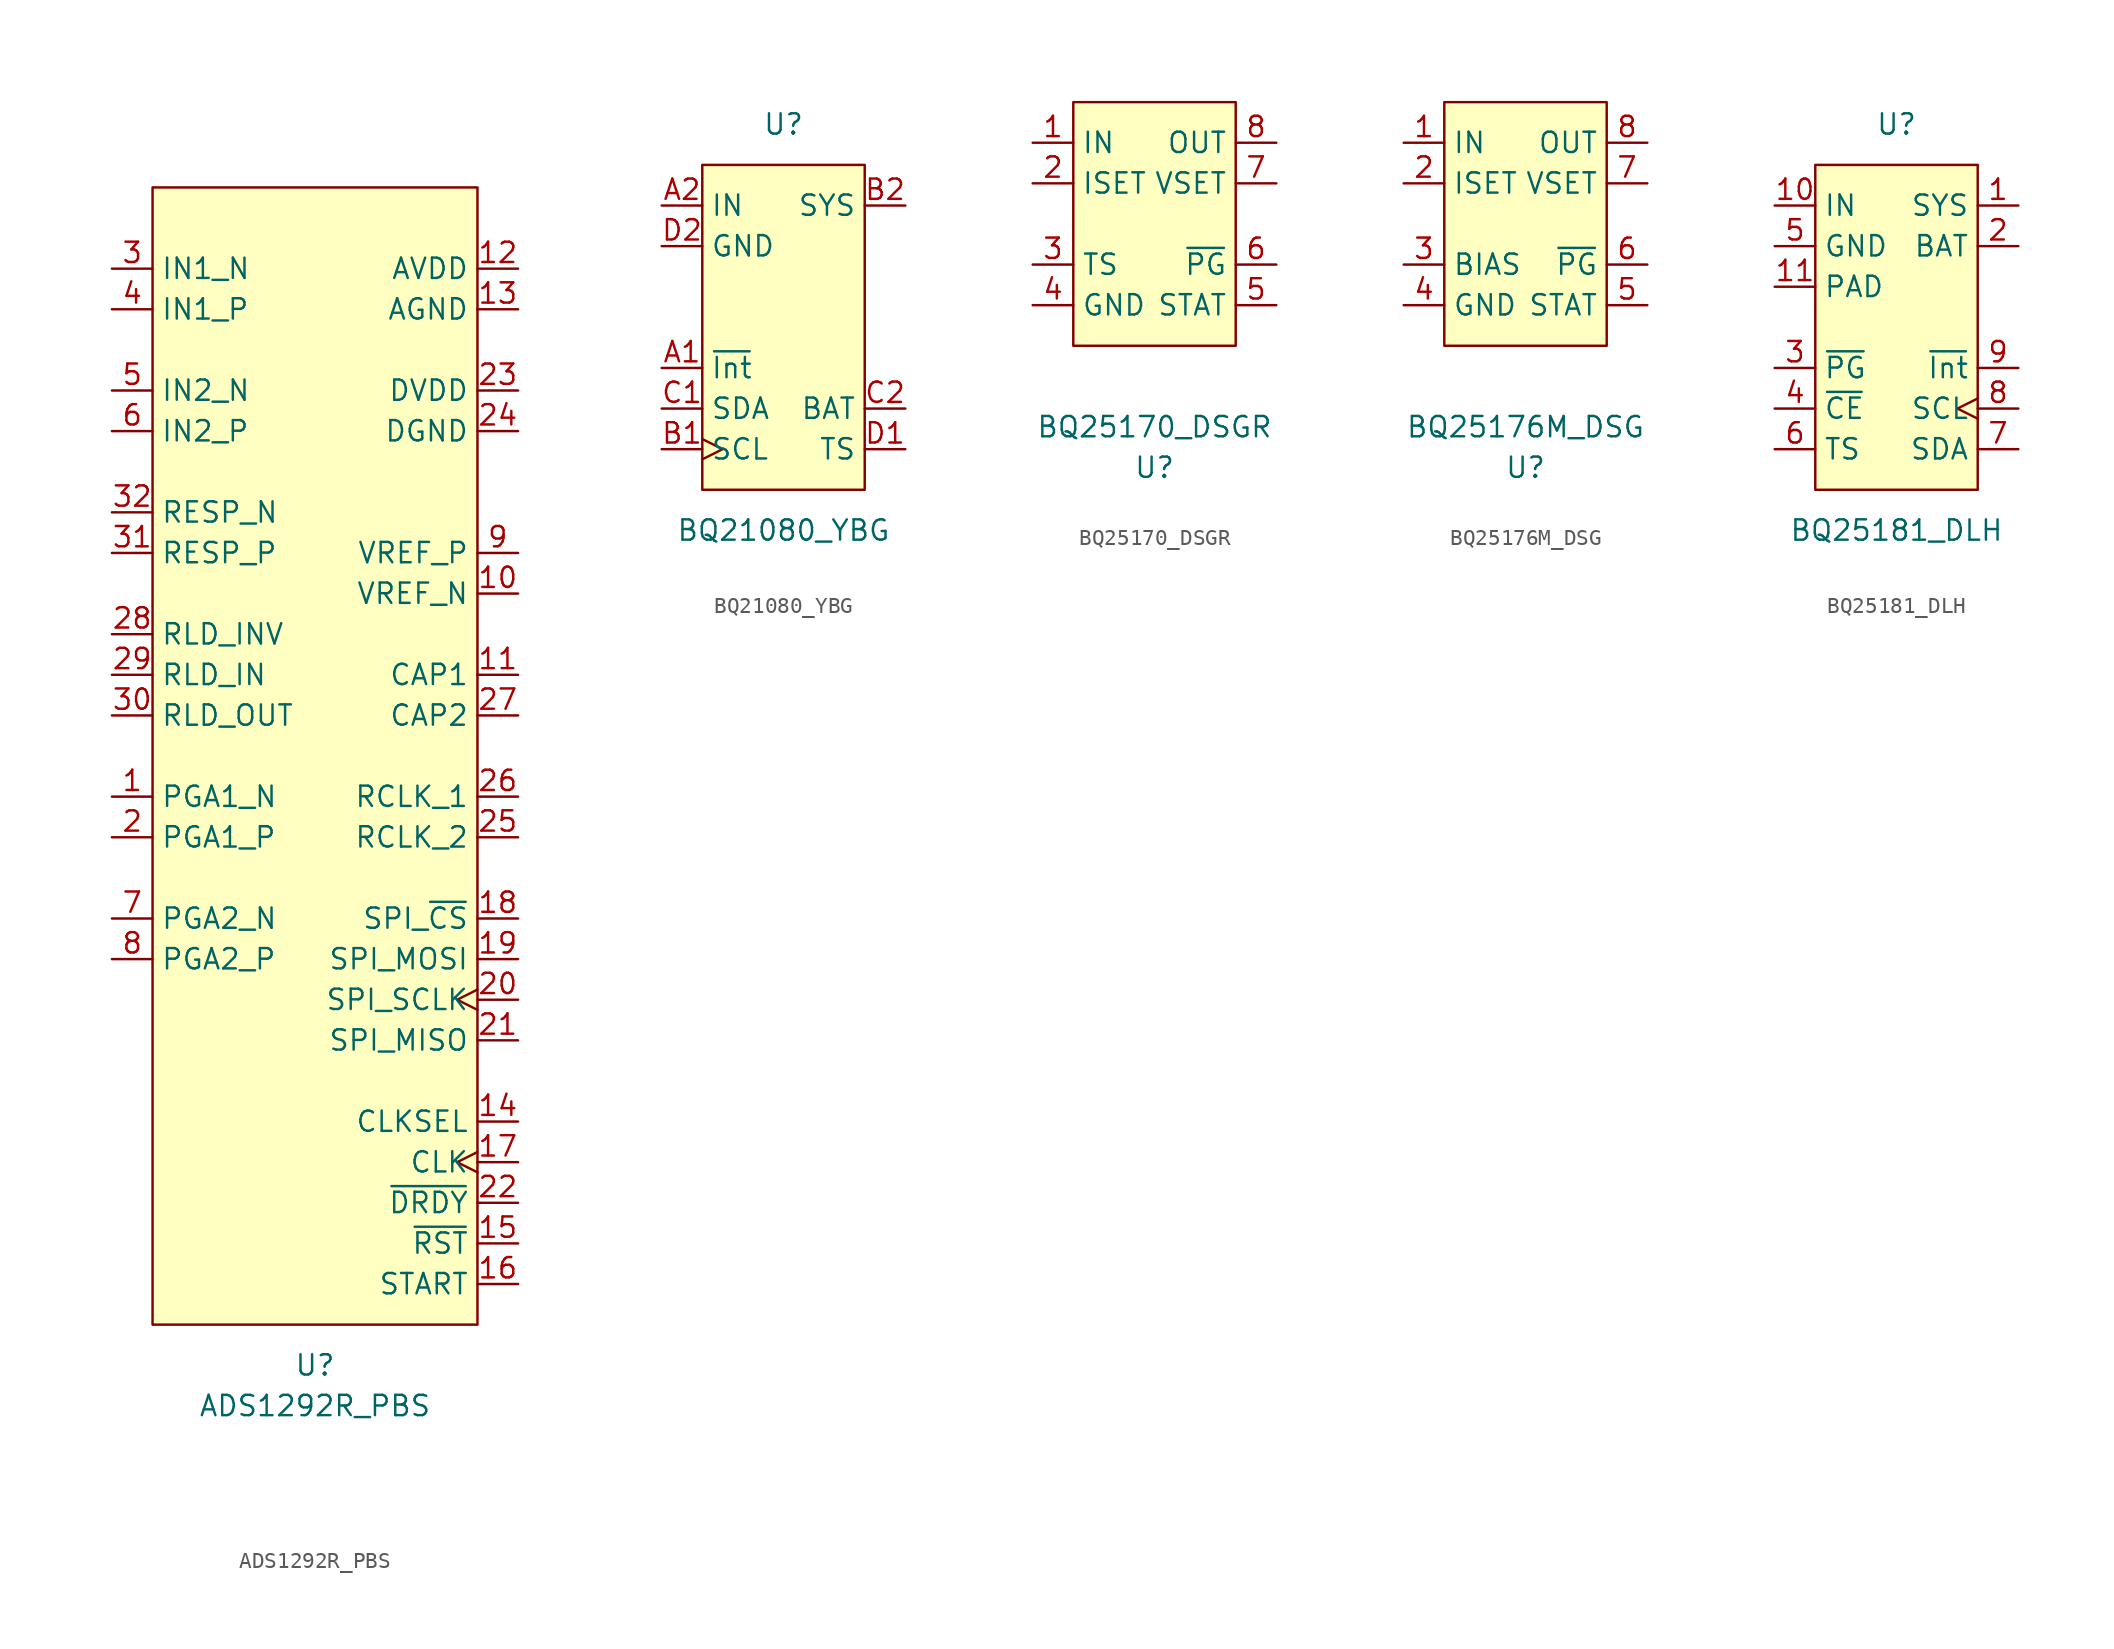
<source format=kicad_sym>
(kicad_symbol_lib
  (version 20211014)
  (generator kicad_symbol_editor)
  (symbol "ADS1292R_PBS"
    (property "Reference" "U"
      (at 0 -38.1 0)
      (effects (font (size 1.27 1.27))))
    (property "Value" "ADS1292R_PBS"
      (at 0 -40.64 0)
      (effects (font (size 1.27 1.27))))
    (symbol "ADS1292R_PBS_0_1"
      (rectangle (start 10.16 -35.56) (end -10.16 35.56) (stroke (width 0) (type default) (color 0 0 0 0)) (fill (type background))))
    (symbol "ADS1292R_PBS_1_1"
      (pin output line (at -12.7 -2.54 0) (length 2.54) (name "PGA1_N" (effects (font (size 1.27 1.27)))) (number "1" (effects (font (size 1.27 1.27)))))
      (pin input line (at 12.7 10.16 180) (length 2.54) (name "VREF_N" (effects (font (size 1.27 1.27)))) (number "10" (effects (font (size 1.27 1.27)))))
      (pin passive line (at 12.7 5.08 180) (length 2.54) (name "CAP1" (effects (font (size 1.27 1.27)))) (number "11" (effects (font (size 1.27 1.27)))))
      (pin power_in line (at 12.7 30.48 180) (length 2.54) (name "AVDD" (effects (font (size 1.27 1.27)))) (number "12" (effects (font (size 1.27 1.27)))))
      (pin passive line (at 12.7 27.94 180) (length 2.54) (name "AGND" (effects (font (size 1.27 1.27)))) (number "13" (effects (font (size 1.27 1.27)))))
      (pin input line (at 12.7 -22.86 180) (length 2.54) (name "CLKSEL" (effects (font (size 1.27 1.27)))) (number "14" (effects (font (size 1.27 1.27)))))
      (pin input line (at 12.7 -30.48 180) (length 2.54) (name "~{RST}" (effects (font (size 1.27 1.27)))) (number "15" (effects (font (size 1.27 1.27)))))
      (pin input line (at 12.7 -33.02 180) (length 2.54) (name "START" (effects (font (size 1.27 1.27)))) (number "16" (effects (font (size 1.27 1.27)))))
      (pin bidirectional clock (at 12.7 -25.4 180) (length 2.54) (name "CLK" (effects (font (size 1.27 1.27)))) (number "17" (effects (font (size 1.27 1.27)))))
      (pin input line (at 12.7 -10.16 180) (length 2.54) (name "SPI_~{CS}" (effects (font (size 1.27 1.27)))) (number "18" (effects (font (size 1.27 1.27)))))
      (pin input line (at 12.7 -12.7 180) (length 2.54) (name "SPI_MOSI" (effects (font (size 1.27 1.27)))) (number "19" (effects (font (size 1.27 1.27)))))
      (pin output line (at -12.7 -5.08 0) (length 2.54) (name "PGA1_P" (effects (font (size 1.27 1.27)))) (number "2" (effects (font (size 1.27 1.27)))))
      (pin input clock (at 12.7 -15.24 180) (length 2.54) (name "SPI_SCLK" (effects (font (size 1.27 1.27)))) (number "20" (effects (font (size 1.27 1.27)))))
      (pin output line (at 12.7 -17.78 180) (length 2.54) (name "SPI_MISO" (effects (font (size 1.27 1.27)))) (number "21" (effects (font (size 1.27 1.27)))))
      (pin output line (at 12.7 -27.94 180) (length 2.54) (name "~{DRDY}" (effects (font (size 1.27 1.27)))) (number "22" (effects (font (size 1.27 1.27)))))
      (pin power_in line (at 12.7 22.86 180) (length 2.54) (name "DVDD" (effects (font (size 1.27 1.27)))) (number "23" (effects (font (size 1.27 1.27)))))
      (pin passive line (at 12.7 20.32 180) (length 2.54) (name "DGND" (effects (font (size 1.27 1.27)))) (number "24" (effects (font (size 1.27 1.27)))))
      (pin output line (at 12.7 -5.08 180) (length 2.54) (name "RCLK_2" (effects (font (size 1.27 1.27)))) (number "25" (effects (font (size 1.27 1.27)))))
      (pin output line (at 12.7 -2.54 180) (length 2.54) (name "RCLK_1" (effects (font (size 1.27 1.27)))) (number "26" (effects (font (size 1.27 1.27)))))
      (pin passive line (at 12.7 2.54 180) (length 2.54) (name "CAP2" (effects (font (size 1.27 1.27)))) (number "27" (effects (font (size 1.27 1.27)))))
      (pin input line (at -12.7 7.62 0) (length 2.54) (name "RLD_INV" (effects (font (size 1.27 1.27)))) (number "28" (effects (font (size 1.27 1.27)))))
      (pin input line (at -12.7 5.08 0) (length 2.54) (name "RLD_IN" (effects (font (size 1.27 1.27)))) (number "29" (effects (font (size 1.27 1.27)))))
      (pin input line (at -12.7 30.48 0) (length 2.54) (name "IN1_N" (effects (font (size 1.27 1.27)))) (number "3" (effects (font (size 1.27 1.27)))))
      (pin output line (at -12.7 2.54 0) (length 2.54) (name "RLD_OUT" (effects (font (size 1.27 1.27)))) (number "30" (effects (font (size 1.27 1.27)))))
      (pin output line (at -12.7 12.7 0) (length 2.54) (name "RESP_P" (effects (font (size 1.27 1.27)))) (number "31" (effects (font (size 1.27 1.27)))))
      (pin output line (at -12.7 15.24 0) (length 2.54) (name "RESP_N" (effects (font (size 1.27 1.27)))) (number "32" (effects (font (size 1.27 1.27)))))
      (pin input line (at -12.7 27.94 0) (length 2.54) (name "IN1_P" (effects (font (size 1.27 1.27)))) (number "4" (effects (font (size 1.27 1.27)))))
      (pin input line (at -12.7 22.86 0) (length 2.54) (name "IN2_N" (effects (font (size 1.27 1.27)))) (number "5" (effects (font (size 1.27 1.27)))))
      (pin input line (at -12.7 20.32 0) (length 2.54) (name "IN2_P" (effects (font (size 1.27 1.27)))) (number "6" (effects (font (size 1.27 1.27)))))
      (pin output line (at -12.7 -10.16 0) (length 2.54) (name "PGA2_N" (effects (font (size 1.27 1.27)))) (number "7" (effects (font (size 1.27 1.27)))))
      (pin output line (at -12.7 -12.7 0) (length 2.54) (name "PGA2_P" (effects (font (size 1.27 1.27)))) (number "8" (effects (font (size 1.27 1.27)))))
      (pin bidirectional line (at 12.7 12.7 180) (length 2.54) (name "VREF_P" (effects (font (size 1.27 1.27)))) (number "9" (effects (font (size 1.27 1.27)))))))
  (symbol "BQ21080_YBG"
    (property "Reference" "U"
      (at 0 12.7 0)
      (effects (font (size 1.27 1.27))))
    (property "Value" "BQ21080_YBG"
      (at 0 -12.7 0)
      (effects (font (size 1.27 1.27))))
    (symbol "BQ21080_YBG_0_0"
      (text "" (at 2.54 6.35 0) (effects (font (size 1.27 1.27)))))
    (symbol "BQ21080_YBG_0_1"
      (rectangle (start -5.08 10.16) (end 5.08 -10.16) (stroke (width 0) (type default) (color 0 0 0 0)) (fill (type background))))
    (symbol "BQ21080_YBG_1_1"
      (pin output line (at -7.62 -2.54 0) (length 2.54) (name "~{Int}" (effects (font (size 1.27 1.27)))) (number "A1" (effects (font (size 1.27 1.27)))))
      (pin power_in line (at -7.62 7.62 0) (length 2.54) (name "IN" (effects (font (size 1.27 1.27)))) (number "A2" (effects (font (size 1.27 1.27)))))
      (pin bidirectional clock (at -7.62 -7.62 0) (length 2.54) (name "SCL" (effects (font (size 1.27 1.27)))) (number "B1" (effects (font (size 1.27 1.27)))))
      (pin power_out line (at 7.62 7.62 180) (length 2.54) (name "SYS" (effects (font (size 1.27 1.27)))) (number "B2" (effects (font (size 1.27 1.27)))))
      (pin bidirectional line (at -7.62 -5.08 0) (length 2.54) (name "SDA" (effects (font (size 1.27 1.27)))) (number "C1" (effects (font (size 1.27 1.27)))))
      (pin power_out line (at 7.62 -5.08 180) (length 2.54) (name "BAT" (effects (font (size 1.27 1.27)))) (number "C2" (effects (font (size 1.27 1.27)))))
      (pin bidirectional line (at 7.62 -7.62 180) (length 2.54) (name "TS" (effects (font (size 1.27 1.27)))) (number "D1" (effects (font (size 1.27 1.27)))))
      (pin passive line (at -7.62 5.08 0) (length 2.54) (name "GND" (effects (font (size 1.27 1.27)))) (number "D2" (effects (font (size 1.27 1.27)))))))
  (symbol "BQ25170_DSGR"
    (property "Reference" "U"
      (at 0 -15.24 0)
      (effects (font (size 1.27 1.27))))
    (property "Value" "BQ25170_DSGR"
      (at 0 -12.7 0)
      (effects (font (size 1.27 1.27))))
    (symbol "BQ25170_DSGR_0_1"
      (rectangle (start -5.08 7.62) (end 5.08 -7.62) (stroke (width 0) (type default) (color 0 0 0 0)) (fill (type background))))
    (symbol "BQ25170_DSGR_1_1"
      (pin power_in line (at -7.62 5.08 0) (length 2.54) (name "IN" (effects (font (size 1.27 1.27)))) (number "1" (effects (font (size 1.27 1.27)))))
      (pin input line (at -7.62 2.54 0) (length 2.54) (name "ISET" (effects (font (size 1.27 1.27)))) (number "2" (effects (font (size 1.27 1.27)))))
      (pin input line (at -7.62 -2.54 0) (length 2.54) (name "TS" (effects (font (size 1.27 1.27)))) (number "3" (effects (font (size 1.27 1.27)))))
      (pin passive line (at -7.62 -5.08 0) (length 2.54) (name "GND" (effects (font (size 1.27 1.27)))) (number "4" (effects (font (size 1.27 1.27)))))
      (pin output line (at 7.62 -5.08 180) (length 2.54) (name "STAT" (effects (font (size 1.27 1.27)))) (number "5" (effects (font (size 1.27 1.27)))))
      (pin output line (at 7.62 -2.54 180) (length 2.54) (name "~{PG}" (effects (font (size 1.27 1.27)))) (number "6" (effects (font (size 1.27 1.27)))))
      (pin input line (at 7.62 2.54 180) (length 2.54) (name "VSET" (effects (font (size 1.27 1.27)))) (number "7" (effects (font (size 1.27 1.27)))))
      (pin output line (at 7.62 5.08 180) (length 2.54) (name "OUT" (effects (font (size 1.27 1.27)))) (number "8" (effects (font (size 1.27 1.27)))))))
  (symbol "BQ25176M_DSG"
    (property "Reference" "U"
      (at 0 -15.24 0)
      (effects (font (size 1.27 1.27))))
    (property "Value" "BQ25176M_DSG"
      (at 0 -12.7 0)
      (effects (font (size 1.27 1.27))))
    (symbol "BQ25176M_DSG_0_1"
      (rectangle (start -5.08 7.62) (end 5.08 -7.62) (stroke (width 0) (type default) (color 0 0 0 0)) (fill (type background))))
    (symbol "BQ25176M_DSG_1_1"
      (pin power_in line (at -7.62 5.08 0) (length 2.54) (name "IN" (effects (font (size 1.27 1.27)))) (number "1" (effects (font (size 1.27 1.27)))))
      (pin input line (at -7.62 2.54 0) (length 2.54) (name "ISET" (effects (font (size 1.27 1.27)))) (number "2" (effects (font (size 1.27 1.27)))))
      (pin input line (at -7.62 -2.54 0) (length 2.54) (name "BIAS" (effects (font (size 1.27 1.27)))) (number "3" (effects (font (size 1.27 1.27)))))
      (pin passive line (at -7.62 -5.08 0) (length 2.54) (name "GND" (effects (font (size 1.27 1.27)))) (number "4" (effects (font (size 1.27 1.27)))))
      (pin output line (at 7.62 -5.08 180) (length 2.54) (name "STAT" (effects (font (size 1.27 1.27)))) (number "5" (effects (font (size 1.27 1.27)))))
      (pin output line (at 7.62 -2.54 180) (length 2.54) (name "~{PG}" (effects (font (size 1.27 1.27)))) (number "6" (effects (font (size 1.27 1.27)))))
      (pin input line (at 7.62 2.54 180) (length 2.54) (name "VSET" (effects (font (size 1.27 1.27)))) (number "7" (effects (font (size 1.27 1.27)))))
      (pin output line (at 7.62 5.08 180) (length 2.54) (name "OUT" (effects (font (size 1.27 1.27)))) (number "8" (effects (font (size 1.27 1.27)))))))
  (symbol "BQ25181_DLH"
    (property "Reference" "U"
      (at 0 12.7 0)
      (effects (font (size 1.27 1.27))))
    (property "Value" "BQ25181_DLH"
      (at 0 -12.7 0)
      (effects (font (size 1.27 1.27))))
    (symbol "BQ25181_DLH_0_0"
      (text "" (at 2.54 6.35 0) (effects (font (size 1.27 1.27)))))
    (symbol "BQ25181_DLH_0_1"
      (rectangle (start -5.08 10.16) (end 5.08 -10.16) (stroke (width 0) (type default) (color 0 0 0 0)) (fill (type background))))
    (symbol "BQ25181_DLH_1_1"
      (pin power_out line (at 7.62 7.62 180) (length 2.54) (name "SYS" (effects (font (size 1.27 1.27)))) (number "1" (effects (font (size 1.27 1.27)))))
      (pin power_in line (at -7.62 7.62 0) (length 2.54) (name "IN" (effects (font (size 1.27 1.27)))) (number "10" (effects (font (size 1.27 1.27)))))
      (pin passive line (at -7.62 2.54 0) (length 2.54) (name "PAD" (effects (font (size 1.27 1.27)))) (number "11" (effects (font (size 1.27 1.27)))))
      (pin power_out line (at 7.62 5.08 180) (length 2.54) (name "BAT" (effects (font (size 1.27 1.27)))) (number "2" (effects (font (size 1.27 1.27)))))
      (pin output line (at -7.62 -2.54 0) (length 2.54) (name "~{PG}" (effects (font (size 1.27 1.27)))) (number "3" (effects (font (size 1.27 1.27)))))
      (pin output line (at -7.62 -5.08 0) (length 2.54) (name "~{CE}" (effects (font (size 1.27 1.27)))) (number "4" (effects (font (size 1.27 1.27)))))
      (pin passive line (at -7.62 5.08 0) (length 2.54) (name "GND" (effects (font (size 1.27 1.27)))) (number "5" (effects (font (size 1.27 1.27)))))
      (pin bidirectional line (at -7.62 -7.62 0) (length 2.54) (name "TS" (effects (font (size 1.27 1.27)))) (number "6" (effects (font (size 1.27 1.27)))))
      (pin bidirectional line (at 7.62 -7.62 180) (length 2.54) (name "SDA" (effects (font (size 1.27 1.27)))) (number "7" (effects (font (size 1.27 1.27)))))
      (pin bidirectional clock (at 7.62 -5.08 180) (length 2.54) (name "SCL" (effects (font (size 1.27 1.27)))) (number "8" (effects (font (size 1.27 1.27)))))
      (pin output line (at 7.62 -2.54 180) (length 2.54) (name "~{Int}" (effects (font (size 1.27 1.27)))) (number "9" (effects (font (size 1.27 1.27))))))))
</source>
